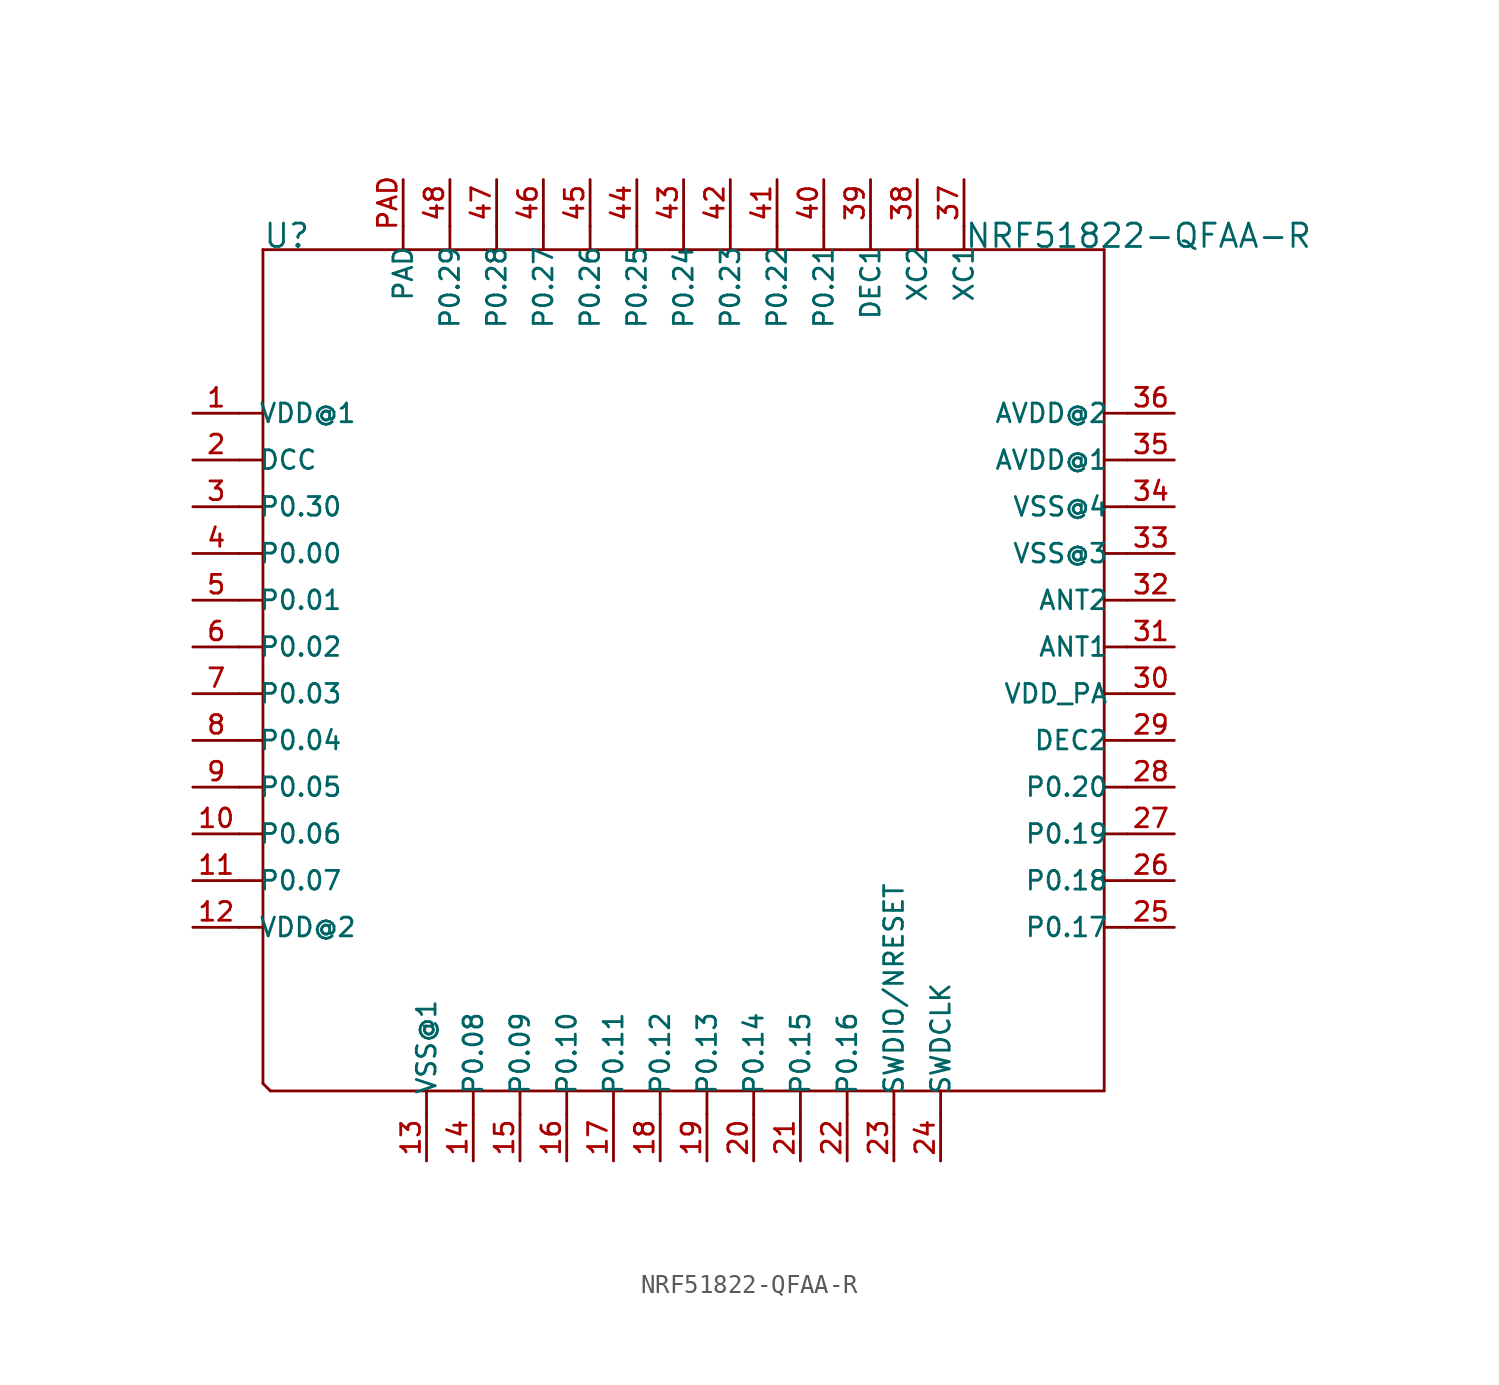
<source format=kicad_sym>
(kicad_symbol_lib
  (version 20211014)
  (generator kicad_symbol_editor)
  (symbol "NRF51822-QFAA-R"
    (pin_names
      (offset 1.016))
    (property "Reference" "U"
      (at -22.873 22.873 0)
      (effects (font (size 1.27 1.27)) (justify bottom left)))
    (property "Value" "NRF51822-QFAA-R"
      (at 15.247 22.87 0)
      (effects (font (size 1.27 1.27)) (justify bottom left)))
    (symbol "NRF51822-QFAA-R_0_0"
      (polyline (pts (xy -22.86 22.86) (xy -15.24 22.86)) (stroke (width 0.152)))
      (polyline (pts (xy -15.24 22.86) (xy -12.7 22.86)) (stroke (width 0.152)))
      (polyline (pts (xy -12.7 22.86) (xy -10.16 22.86)) (stroke (width 0.152)))
      (polyline (pts (xy -10.16 22.86) (xy -7.62 22.86)) (stroke (width 0.152)))
      (polyline (pts (xy -7.62 22.86) (xy -5.08 22.86)) (stroke (width 0.152)))
      (polyline (pts (xy -5.08 22.86) (xy 10.16 22.86)) (stroke (width 0.152)))
      (polyline (pts (xy 10.16 22.86) (xy 12.7 22.86)) (stroke (width 0.152)))
      (polyline (pts (xy 12.7 22.86) (xy 15.24 22.86)) (stroke (width 0.152)))
      (polyline (pts (xy 15.24 22.86) (xy 22.86 22.86)) (stroke (width 0.152)))
      (polyline (pts (xy 22.86 22.86) (xy 22.86 -22.86)) (stroke (width 0.152)))
      (polyline (pts (xy 22.86 -22.86) (xy -22.46 -22.86)) (stroke (width 0.152)))
      (polyline (pts (xy -22.46 -22.86) (xy -22.86 -22.46)) (stroke (width 0.152)))
      (polyline (pts (xy -22.86 -22.46) (xy -22.86 22.86)) (stroke (width 0.152)))
      (polyline (pts (xy -15.24 24.13) (xy -15.24 22.86)) (stroke (width 0.152)))
      (polyline (pts (xy -12.7 24.13) (xy -12.7 22.86)) (stroke (width 0.152)))
      (polyline (pts (xy -10.16 24.13) (xy -10.16 22.86)) (stroke (width 0.152)))
      (polyline (pts (xy -7.62 24.13) (xy -7.62 22.86)) (stroke (width 0.152)))
      (polyline (pts (xy -5.08 24.13) (xy -5.08 22.86)) (stroke (width 0.152)))
      (polyline (pts (xy -2.54 24.13) (xy -2.54 22.86)) (stroke (width 0.152)))
      (polyline (pts (xy 0.0 24.13) (xy 0.0 22.86)) (stroke (width 0.152)))
      (polyline (pts (xy 2.54 24.13) (xy 2.54 22.86)) (stroke (width 0.152)))
      (polyline (pts (xy 5.08 24.13) (xy 5.08 22.86)) (stroke (width 0.152)))
      (polyline (pts (xy 7.62 24.13) (xy 7.62 22.86)) (stroke (width 0.152)))
      (polyline (pts (xy 10.16 24.13) (xy 10.16 22.86)) (stroke (width 0.152)))
      (polyline (pts (xy 12.7 24.13) (xy 12.7 22.86)) (stroke (width 0.152)))
      (polyline (pts (xy 15.24 24.13) (xy 15.24 22.86)) (stroke (width 0.152)))
      (polyline (pts (xy -24.13 -13.97) (xy -22.86 -13.97)) (stroke (width 0.152)))
      (polyline (pts (xy -24.13 -11.43) (xy -22.86 -11.43)) (stroke (width 0.152)))
      (polyline (pts (xy -24.13 -8.89) (xy -22.86 -8.89)) (stroke (width 0.152)))
      (polyline (pts (xy -24.13 -6.35) (xy -22.86 -6.35)) (stroke (width 0.152)))
      (polyline (pts (xy -24.13 -3.81) (xy -22.86 -3.81)) (stroke (width 0.152)))
      (polyline (pts (xy -24.13 -1.27) (xy -22.86 -1.27)) (stroke (width 0.152)))
      (polyline (pts (xy -24.13 1.27) (xy -22.86 1.27)) (stroke (width 0.152)))
      (polyline (pts (xy -24.13 3.81) (xy -22.86 3.81)) (stroke (width 0.152)))
      (polyline (pts (xy -24.13 6.35) (xy -22.86 6.35)) (stroke (width 0.152)))
      (polyline (pts (xy -24.13 8.89) (xy -22.86 8.89)) (stroke (width 0.152)))
      (polyline (pts (xy -24.13 11.43) (xy -22.86 11.43)) (stroke (width 0.152)))
      (polyline (pts (xy -24.13 13.97) (xy -22.86 13.97)) (stroke (width 0.152)))
      (polyline (pts (xy 13.97 -24.13) (xy 13.97 -22.86)) (stroke (width 0.152)))
      (polyline (pts (xy 11.43 -24.13) (xy 11.43 -22.86)) (stroke (width 0.152)))
      (polyline (pts (xy 8.89 -24.13) (xy 8.89 -22.86)) (stroke (width 0.152)))
      (polyline (pts (xy 6.35 -24.13) (xy 6.35 -22.86)) (stroke (width 0.152)))
      (polyline (pts (xy 3.81 -24.13) (xy 3.81 -22.86)) (stroke (width 0.152)))
      (polyline (pts (xy 1.27 -24.13) (xy 1.27 -22.86)) (stroke (width 0.152)))
      (polyline (pts (xy -1.27 -24.13) (xy -1.27 -22.86)) (stroke (width 0.152)))
      (polyline (pts (xy -3.81 -24.13) (xy -3.81 -22.86)) (stroke (width 0.152)))
      (polyline (pts (xy -6.35 -24.13) (xy -6.35 -22.86)) (stroke (width 0.152)))
      (polyline (pts (xy -8.89 -24.13) (xy -8.89 -22.86)) (stroke (width 0.152)))
      (polyline (pts (xy -11.43 -24.13) (xy -11.43 -22.86)) (stroke (width 0.152)))
      (polyline (pts (xy -13.97 -24.13) (xy -13.97 -22.86)) (stroke (width 0.152)))
      (polyline (pts (xy 22.86 -13.97) (xy 24.13 -13.97)) (stroke (width 0.152)))
      (polyline (pts (xy 22.86 -11.43) (xy 24.13 -11.43)) (stroke (width 0.152)))
      (polyline (pts (xy 22.86 -8.89) (xy 24.13 -8.89)) (stroke (width 0.152)))
      (polyline (pts (xy 22.86 -6.35) (xy 24.13 -6.35)) (stroke (width 0.152)))
      (polyline (pts (xy 22.86 -3.81) (xy 24.13 -3.81)) (stroke (width 0.152)))
      (polyline (pts (xy 22.86 -1.27) (xy 24.13 -1.27)) (stroke (width 0.152)))
      (polyline (pts (xy 22.86 1.27) (xy 24.13 1.27)) (stroke (width 0.152)))
      (polyline (pts (xy 22.86 3.81) (xy 24.13 3.81)) (stroke (width 0.152)))
      (polyline (pts (xy 22.86 6.35) (xy 24.13 6.35)) (stroke (width 0.152)))
      (polyline (pts (xy 22.86 8.89) (xy 24.13 8.89)) (stroke (width 0.152)))
      (polyline (pts (xy 22.86 11.43) (xy 24.13 11.43)) (stroke (width 0.152)))
      (polyline (pts (xy 22.86 13.97) (xy 24.13 13.97)) (stroke (width 0.152)))
      (pin bidirectional line (at -26.67 13.97 0) (length 2.54) (name "VDD@1" (effects (font (size 1.016 1.016)))) (number "1" (effects (font (size 1.016 1.016)))))
      (pin bidirectional line (at -26.67 11.43 0) (length 2.54) (name "DCC" (effects (font (size 1.016 1.016)))) (number "2" (effects (font (size 1.016 1.016)))))
      (pin bidirectional line (at -26.67 8.89 0) (length 2.54) (name "P0.30" (effects (font (size 1.016 1.016)))) (number "3" (effects (font (size 1.016 1.016)))))
      (pin bidirectional line (at -26.67 6.35 0) (length 2.54) (name "P0.00" (effects (font (size 1.016 1.016)))) (number "4" (effects (font (size 1.016 1.016)))))
      (pin bidirectional line (at -26.67 3.81 0) (length 2.54) (name "P0.01" (effects (font (size 1.016 1.016)))) (number "5" (effects (font (size 1.016 1.016)))))
      (pin bidirectional line (at -26.67 1.27 0) (length 2.54) (name "P0.02" (effects (font (size 1.016 1.016)))) (number "6" (effects (font (size 1.016 1.016)))))
      (pin bidirectional line (at -26.67 -1.27 0) (length 2.54) (name "P0.03" (effects (font (size 1.016 1.016)))) (number "7" (effects (font (size 1.016 1.016)))))
      (pin bidirectional line (at -26.67 -3.81 0) (length 2.54) (name "P0.04" (effects (font (size 1.016 1.016)))) (number "8" (effects (font (size 1.016 1.016)))))
      (pin bidirectional line (at -26.67 -6.35 0) (length 2.54) (name "P0.05" (effects (font (size 1.016 1.016)))) (number "9" (effects (font (size 1.016 1.016)))))
      (pin bidirectional line (at -26.67 -8.89 0) (length 2.54) (name "P0.06" (effects (font (size 1.016 1.016)))) (number "10" (effects (font (size 1.016 1.016)))))
      (pin bidirectional line (at -26.67 -11.43 0) (length 2.54) (name "P0.07" (effects (font (size 1.016 1.016)))) (number "11" (effects (font (size 1.016 1.016)))))
      (pin bidirectional line (at -26.67 -13.97 0) (length 2.54) (name "VDD@2" (effects (font (size 1.016 1.016)))) (number "12" (effects (font (size 1.016 1.016)))))
      (pin bidirectional line (at -13.97 -26.67 90.0) (length 2.54) (name "VSS@1" (effects (font (size 1.016 1.016)))) (number "13" (effects (font (size 1.016 1.016)))))
      (pin bidirectional line (at -11.43 -26.67 90.0) (length 2.54) (name "P0.08" (effects (font (size 1.016 1.016)))) (number "14" (effects (font (size 1.016 1.016)))))
      (pin bidirectional line (at -8.89 -26.67 90.0) (length 2.54) (name "P0.09" (effects (font (size 1.016 1.016)))) (number "15" (effects (font (size 1.016 1.016)))))
      (pin bidirectional line (at -6.35 -26.67 90.0) (length 2.54) (name "P0.10" (effects (font (size 1.016 1.016)))) (number "16" (effects (font (size 1.016 1.016)))))
      (pin bidirectional line (at -3.81 -26.67 90.0) (length 2.54) (name "P0.11" (effects (font (size 1.016 1.016)))) (number "17" (effects (font (size 1.016 1.016)))))
      (pin bidirectional line (at -1.27 -26.67 90.0) (length 2.54) (name "P0.12" (effects (font (size 1.016 1.016)))) (number "18" (effects (font (size 1.016 1.016)))))
      (pin bidirectional line (at 1.27 -26.67 90.0) (length 2.54) (name "P0.13" (effects (font (size 1.016 1.016)))) (number "19" (effects (font (size 1.016 1.016)))))
      (pin bidirectional line (at 3.81 -26.67 90.0) (length 2.54) (name "P0.14" (effects (font (size 1.016 1.016)))) (number "20" (effects (font (size 1.016 1.016)))))
      (pin bidirectional line (at 6.35 -26.67 90.0) (length 2.54) (name "P0.15" (effects (font (size 1.016 1.016)))) (number "21" (effects (font (size 1.016 1.016)))))
      (pin bidirectional line (at 8.89 -26.67 90.0) (length 2.54) (name "P0.16" (effects (font (size 1.016 1.016)))) (number "22" (effects (font (size 1.016 1.016)))))
      (pin bidirectional line (at 11.43 -26.67 90.0) (length 2.54) (name "SWDIO/NRESET" (effects (font (size 1.016 1.016)))) (number "23" (effects (font (size 1.016 1.016)))))
      (pin bidirectional line (at 13.97 -26.67 90.0) (length 2.54) (name "SWDCLK" (effects (font (size 1.016 1.016)))) (number "24" (effects (font (size 1.016 1.016)))))
      (pin bidirectional line (at 26.67 -13.97 180.0) (length 2.54) (name "P0.17" (effects (font (size 1.016 1.016)))) (number "25" (effects (font (size 1.016 1.016)))))
      (pin bidirectional line (at 26.67 -11.43 180.0) (length 2.54) (name "P0.18" (effects (font (size 1.016 1.016)))) (number "26" (effects (font (size 1.016 1.016)))))
      (pin bidirectional line (at 26.67 -8.89 180.0) (length 2.54) (name "P0.19" (effects (font (size 1.016 1.016)))) (number "27" (effects (font (size 1.016 1.016)))))
      (pin bidirectional line (at 26.67 -6.35 180.0) (length 2.54) (name "P0.20" (effects (font (size 1.016 1.016)))) (number "28" (effects (font (size 1.016 1.016)))))
      (pin bidirectional line (at 26.67 -3.81 180.0) (length 2.54) (name "DEC2" (effects (font (size 1.016 1.016)))) (number "29" (effects (font (size 1.016 1.016)))))
      (pin bidirectional line (at 26.67 -1.27 180.0) (length 2.54) (name "VDD_PA" (effects (font (size 1.016 1.016)))) (number "30" (effects (font (size 1.016 1.016)))))
      (pin bidirectional line (at 26.67 1.27 180.0) (length 2.54) (name "ANT1" (effects (font (size 1.016 1.016)))) (number "31" (effects (font (size 1.016 1.016)))))
      (pin bidirectional line (at 26.67 3.81 180.0) (length 2.54) (name "ANT2" (effects (font (size 1.016 1.016)))) (number "32" (effects (font (size 1.016 1.016)))))
      (pin bidirectional line (at 26.67 6.35 180.0) (length 2.54) (name "VSS@3" (effects (font (size 1.016 1.016)))) (number "33" (effects (font (size 1.016 1.016)))))
      (pin bidirectional line (at 26.67 8.89 180.0) (length 2.54) (name "VSS@4" (effects (font (size 1.016 1.016)))) (number "34" (effects (font (size 1.016 1.016)))))
      (pin bidirectional line (at 26.67 11.43 180.0) (length 2.54) (name "AVDD@1" (effects (font (size 1.016 1.016)))) (number "35" (effects (font (size 1.016 1.016)))))
      (pin bidirectional line (at 26.67 13.97 180.0) (length 2.54) (name "AVDD@2" (effects (font (size 1.016 1.016)))) (number "36" (effects (font (size 1.016 1.016)))))
      (pin bidirectional line (at 15.24 26.67 270.0) (length 2.54) (name "XC1" (effects (font (size 1.016 1.016)))) (number "37" (effects (font (size 1.016 1.016)))))
      (pin bidirectional line (at 12.7 26.67 270.0) (length 2.54) (name "XC2" (effects (font (size 1.016 1.016)))) (number "38" (effects (font (size 1.016 1.016)))))
      (pin bidirectional line (at 10.16 26.67 270.0) (length 2.54) (name "DEC1" (effects (font (size 1.016 1.016)))) (number "39" (effects (font (size 1.016 1.016)))))
      (pin bidirectional line (at 7.62 26.67 270.0) (length 2.54) (name "P0.21" (effects (font (size 1.016 1.016)))) (number "40" (effects (font (size 1.016 1.016)))))
      (pin bidirectional line (at 5.08 26.67 270.0) (length 2.54) (name "P0.22" (effects (font (size 1.016 1.016)))) (number "41" (effects (font (size 1.016 1.016)))))
      (pin bidirectional line (at 2.54 26.67 270.0) (length 2.54) (name "P0.23" (effects (font (size 1.016 1.016)))) (number "42" (effects (font (size 1.016 1.016)))))
      (pin bidirectional line (at 0.0 26.67 270.0) (length 2.54) (name "P0.24" (effects (font (size 1.016 1.016)))) (number "43" (effects (font (size 1.016 1.016)))))
      (pin bidirectional line (at -2.54 26.67 270.0) (length 2.54) (name "P0.25" (effects (font (size 1.016 1.016)))) (number "44" (effects (font (size 1.016 1.016)))))
      (pin bidirectional line (at -5.08 26.67 270.0) (length 2.54) (name "P0.26" (effects (font (size 1.016 1.016)))) (number "45" (effects (font (size 1.016 1.016)))))
      (pin bidirectional line (at -7.62 26.67 270.0) (length 2.54) (name "P0.27" (effects (font (size 1.016 1.016)))) (number "46" (effects (font (size 1.016 1.016)))))
      (pin bidirectional line (at -10.16 26.67 270.0) (length 2.54) (name "P0.28" (effects (font (size 1.016 1.016)))) (number "47" (effects (font (size 1.016 1.016)))))
      (pin bidirectional line (at -12.7 26.67 270.0) (length 2.54) (name "P0.29" (effects (font (size 1.016 1.016)))) (number "48" (effects (font (size 1.016 1.016)))))
      (pin bidirectional line (at -15.24 26.67 270.0) (length 2.54) (name "PAD" (effects (font (size 1.016 1.016)))) (number "PAD" (effects (font (size 1.016 1.016))))))))
</source>
